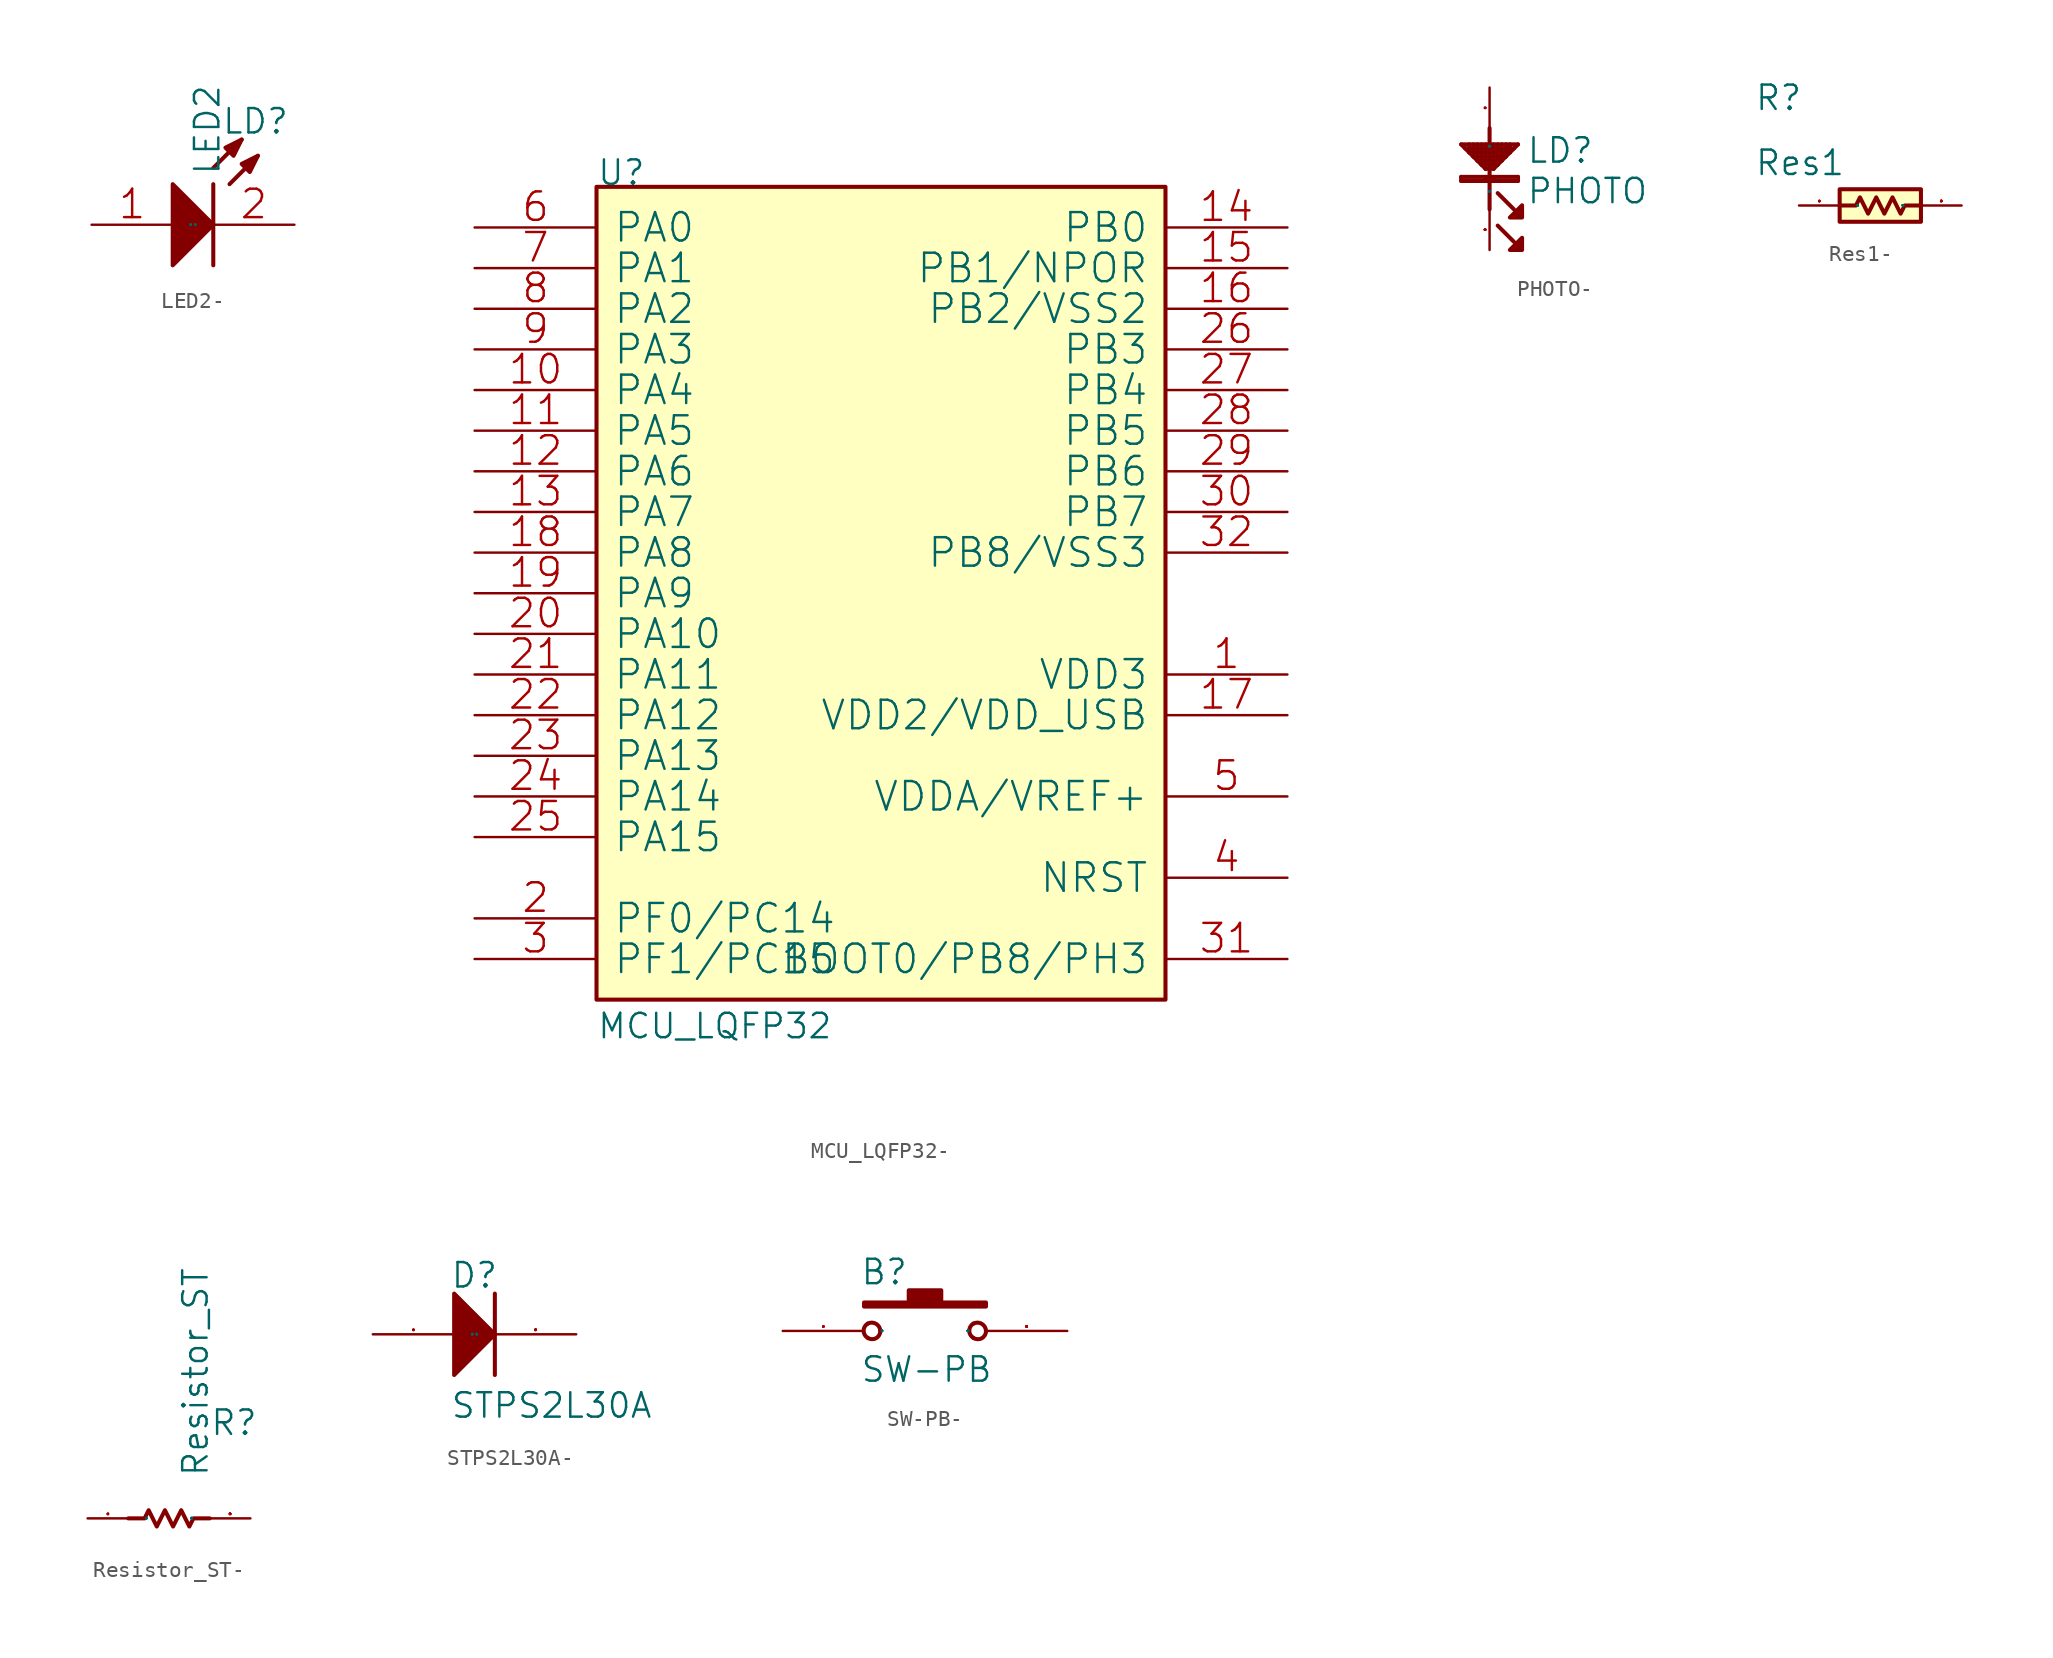
<source format=kicad_sym>
(kicad_symbol_lib
  (version 20220914)
  (generator kicad_symbol_editor)
  (symbol "LED2-"
    (pin_names
      (offset 1.016))
    (property "Reference" "LD"
      (at 3.048 3.048 0)
      (effects (font (size 1.524 1.524)) (justify left bottom)))
    (property "Value" "LED2"
      (at 3.048 0.508 90)
      (effects (font (size 1.524 1.524)) (justify left bottom)))
    (property "Footprint" ""
      (at 0 0 0)
      (effects (font (size 1.524 1.524))))
    (property "Datasheet" ""
      (at 0 0 0)
      (effects (font (size 1.524 1.524))))
    (symbol "LED2-_0_1"
      (polyline (pts (xy 2.54 0) (xy 2.54 -5.08)) (stroke (width 0.254) (type solid)) (fill (type none)))
      (polyline (pts (xy 2.54 1.016) (xy 4.318 2.794)) (stroke (width 0.254) (type solid)) (fill (type none)))
      (polyline (pts (xy 3.556 0) (xy 5.334 1.778)) (stroke (width 0.254) (type solid)) (fill (type none)))
      (polyline (pts (xy 0 -5.08) (xy 2.54 -2.54) (xy 0 0) (xy 0 -5.08)) (stroke (width 0.254) (type solid)) (fill (type outline)))
      (polyline (pts (xy 4.318 2.794) (xy 3.302 2.286) (xy 3.81 1.778) (xy 4.318 2.794)) (stroke (width 0.254) (type solid)) (fill (type outline)))
      (polyline (pts (xy 5.334 1.778) (xy 4.318 1.27) (xy 4.826 0.762) (xy 5.334 1.778)) (stroke (width 0.254) (type solid)) (fill (type outline)))
      (pin passive line (at -5.08 -2.54 0) (length 5.08) (name "A" (effects (font (size 0.025 0.025)))) (number "1" (effects (font (size 1.778 1.778)))))
      (pin passive line (at 7.62 -2.54 180) (length 5.08) (name "K" (effects (font (size 0.025 0.025)))) (number "2" (effects (font (size 1.778 1.778)))))))
  (symbol "MCU_LQFP32-"
    (pin_names
      (offset 1.016))
    (property "Reference" "U"
      (at 0 0 0)
      (effects (font (size 1.524 1.524)) (justify left bottom)))
    (property "Value" "MCU_LQFP32"
      (at 0 -53.34 0)
      (effects (font (size 1.524 1.524)) (justify left bottom)))
    (property "Footprint" ""
      (at 0 0 0)
      (effects (font (size 1.524 1.524))))
    (property "Datasheet" ""
      (at 0 0 0)
      (effects (font (size 1.524 1.524))))
    (symbol "MCU_LQFP32-_0_1"
      (rectangle (start 0 -50.8) (end 35.56 0) (stroke (width 0.254) (type solid)) (fill (type background)))
      (pin passive line (at 43.18 -30.48 180) (length 7.62) (name "VDD3" (effects (font (size 1.778 1.778)))) (number "1" (effects (font (size 1.778 1.778)))))
      (pin passive line (at -7.62 -12.7 0) (length 7.62) (name "PA4" (effects (font (size 1.778 1.778)))) (number "10" (effects (font (size 1.778 1.778)))))
      (pin passive line (at -7.62 -15.24 0) (length 7.62) (name "PA5" (effects (font (size 1.778 1.778)))) (number "11" (effects (font (size 1.778 1.778)))))
      (pin passive line (at -7.62 -17.78 0) (length 7.62) (name "PA6" (effects (font (size 1.778 1.778)))) (number "12" (effects (font (size 1.778 1.778)))))
      (pin passive line (at -7.62 -20.32 0) (length 7.62) (name "PA7" (effects (font (size 1.778 1.778)))) (number "13" (effects (font (size 1.778 1.778)))))
      (pin passive line (at 43.18 -2.54 180) (length 7.62) (name "PB0" (effects (font (size 1.778 1.778)))) (number "14" (effects (font (size 1.778 1.778)))))
      (pin passive line (at 43.18 -5.08 180) (length 7.62) (name "PB1/NPOR" (effects (font (size 1.778 1.778)))) (number "15" (effects (font (size 1.778 1.778)))))
      (pin passive line (at 43.18 -7.62 180) (length 7.62) (name "PB2/VSS2" (effects (font (size 1.778 1.778)))) (number "16" (effects (font (size 1.778 1.778)))))
      (pin passive line (at 43.18 -33.02 180) (length 7.62) (name "VDD2/VDD_USB" (effects (font (size 1.778 1.778)))) (number "17" (effects (font (size 1.778 1.778)))))
      (pin passive line (at -7.62 -22.86 0) (length 7.62) (name "PA8" (effects (font (size 1.778 1.778)))) (number "18" (effects (font (size 1.778 1.778)))))
      (pin passive line (at -7.62 -25.4 0) (length 7.62) (name "PA9" (effects (font (size 1.778 1.778)))) (number "19" (effects (font (size 1.778 1.778)))))
      (pin passive line (at -7.62 -45.72 0) (length 7.62) (name "PF0/PC14" (effects (font (size 1.778 1.778)))) (number "2" (effects (font (size 1.778 1.778)))))
      (pin passive line (at -7.62 -27.94 0) (length 7.62) (name "PA10" (effects (font (size 1.778 1.778)))) (number "20" (effects (font (size 1.778 1.778)))))
      (pin passive line (at -7.62 -30.48 0) (length 7.62) (name "PA11" (effects (font (size 1.778 1.778)))) (number "21" (effects (font (size 1.778 1.778)))))
      (pin passive line (at -7.62 -33.02 0) (length 7.62) (name "PA12" (effects (font (size 1.778 1.778)))) (number "22" (effects (font (size 1.778 1.778)))))
      (pin passive line (at -7.62 -35.56 0) (length 7.62) (name "PA13" (effects (font (size 1.778 1.778)))) (number "23" (effects (font (size 1.778 1.778)))))
      (pin passive line (at -7.62 -38.1 0) (length 7.62) (name "PA14" (effects (font (size 1.778 1.778)))) (number "24" (effects (font (size 1.778 1.778)))))
      (pin passive line (at -7.62 -40.64 0) (length 7.62) (name "PA15" (effects (font (size 1.778 1.778)))) (number "25" (effects (font (size 1.778 1.778)))))
      (pin passive line (at 43.18 -10.16 180) (length 7.62) (name "PB3" (effects (font (size 1.778 1.778)))) (number "26" (effects (font (size 1.778 1.778)))))
      (pin passive line (at 43.18 -12.7 180) (length 7.62) (name "PB4" (effects (font (size 1.778 1.778)))) (number "27" (effects (font (size 1.778 1.778)))))
      (pin passive line (at 43.18 -15.24 180) (length 7.62) (name "PB5" (effects (font (size 1.778 1.778)))) (number "28" (effects (font (size 1.778 1.778)))))
      (pin passive line (at 43.18 -17.78 180) (length 7.62) (name "PB6" (effects (font (size 1.778 1.778)))) (number "29" (effects (font (size 1.778 1.778)))))
      (pin passive line (at -7.62 -48.26 0) (length 7.62) (name "PF1/PC15" (effects (font (size 1.778 1.778)))) (number "3" (effects (font (size 1.778 1.778)))))
      (pin passive line (at 43.18 -20.32 180) (length 7.62) (name "PB7" (effects (font (size 1.778 1.778)))) (number "30" (effects (font (size 1.778 1.778)))))
      (pin passive line (at 43.18 -48.26 180) (length 7.62) (name "BOOT0/PB8/PH3" (effects (font (size 1.778 1.778)))) (number "31" (effects (font (size 1.778 1.778)))))
      (pin passive line (at 43.18 -22.86 180) (length 7.62) (name "PB8/VSS3" (effects (font (size 1.778 1.778)))) (number "32" (effects (font (size 1.778 1.778)))))
      (pin passive line (at 43.18 -43.18 180) (length 7.62) (name "NRST" (effects (font (size 1.778 1.778)))) (number "4" (effects (font (size 1.778 1.778)))))
      (pin passive line (at 43.18 -38.1 180) (length 7.62) (name "VDDA/VREF+" (effects (font (size 1.778 1.778)))) (number "5" (effects (font (size 1.778 1.778)))))
      (pin passive line (at -7.62 -2.54 0) (length 7.62) (name "PA0" (effects (font (size 1.778 1.778)))) (number "6" (effects (font (size 1.778 1.778)))))
      (pin passive line (at -7.62 -5.08 0) (length 7.62) (name "PA1" (effects (font (size 1.778 1.778)))) (number "7" (effects (font (size 1.778 1.778)))))
      (pin passive line (at -7.62 -7.62 0) (length 7.62) (name "PA2" (effects (font (size 1.778 1.778)))) (number "8" (effects (font (size 1.778 1.778)))))
      (pin passive line (at -7.62 -10.16 0) (length 7.62) (name "PA3" (effects (font (size 1.778 1.778)))) (number "9" (effects (font (size 1.778 1.778)))))))
  (symbol "PHOTO-"
    (pin_names
      (offset 1.016))
    (property "Reference" "LD"
      (at 2.286 -4.826 0)
      (effects (font (size 1.524 1.524)) (justify left bottom)))
    (property "Value" "PHOTO"
      (at 2.286 -7.366 0)
      (effects (font (size 1.524 1.524)) (justify left bottom)))
    (property "Footprint" ""
      (at 0 0 0)
      (effects (font (size 1.524 1.524))))
    (property "Datasheet" ""
      (at 0 0 0)
      (effects (font (size 1.524 1.524))))
    (symbol "PHOTO-_0_1"
      (polyline (pts (xy -1.778 -5.588) (xy -1.778 -5.842)) (stroke (width 0.254) (type solid)) (fill (type none)))
      (polyline (pts (xy -1.27 -3.556) (xy -1.27 -4.064)) (stroke (width 0.254) (type solid)) (fill (type none)))
      (polyline (pts (xy -1.016 -3.556) (xy -1.016 -4.318)) (stroke (width 0.254) (type solid)) (fill (type none)))
      (polyline (pts (xy -0.762 -3.556) (xy -0.762 -4.572)) (stroke (width 0.254) (type solid)) (fill (type none)))
      (polyline (pts (xy -0.508 -3.556) (xy -0.508 -4.826)) (stroke (width 0.254) (type solid)) (fill (type none)))
      (polyline (pts (xy -0.254 -5.588) (xy -0.254 -5.842)) (stroke (width 0.254) (type solid)) (fill (type none)))
      (polyline (pts (xy -0.254 -5.08) (xy -1.778 -3.556)) (stroke (width 0.254) (type solid)) (fill (type none)))
      (polyline (pts (xy -0.254 -3.556) (xy -0.254 -5.08)) (stroke (width 0.254) (type solid)) (fill (type none)))
      (polyline (pts (xy 0 -2.54) (xy 0 -7.62)) (stroke (width 0.254) (type solid)) (fill (type none)))
      (polyline (pts (xy 0.254 -5.588) (xy 0.254 -5.842)) (stroke (width 0.254) (type solid)) (fill (type none)))
      (polyline (pts (xy 0.254 -5.08) (xy -0.254 -5.08)) (stroke (width 0.254) (type solid)) (fill (type none)))
      (polyline (pts (xy 0.254 -3.556) (xy 0.254 -5.08)) (stroke (width 0.254) (type solid)) (fill (type none)))
      (polyline (pts (xy 0.508 -8.636) (xy 1.524 -9.652)) (stroke (width 0.254) (type solid)) (fill (type none)))
      (polyline (pts (xy 0.508 -6.604) (xy 1.524 -7.62)) (stroke (width 0.254) (type solid)) (fill (type none)))
      (polyline (pts (xy 0.508 -4.826) (xy -0.508 -4.826)) (stroke (width 0.254) (type solid)) (fill (type none)))
      (polyline (pts (xy 0.508 -3.556) (xy 0.508 -4.826)) (stroke (width 0.254) (type solid)) (fill (type none)))
      (polyline (pts (xy 0.762 -4.572) (xy -0.762 -4.572)) (stroke (width 0.254) (type solid)) (fill (type none)))
      (polyline (pts (xy 0.762 -3.556) (xy 0.762 -4.572)) (stroke (width 0.254) (type solid)) (fill (type none)))
      (polyline (pts (xy 1.016 -4.318) (xy -1.016 -4.318)) (stroke (width 0.254) (type solid)) (fill (type none)))
      (polyline (pts (xy 1.016 -3.556) (xy 1.016 -4.318)) (stroke (width 0.254) (type solid)) (fill (type none)))
      (polyline (pts (xy 1.27 -4.064) (xy -1.27 -4.064)) (stroke (width 0.254) (type solid)) (fill (type none)))
      (polyline (pts (xy 1.27 -3.556) (xy 1.27 -4.064)) (stroke (width 0.254) (type solid)) (fill (type none)))
      (polyline (pts (xy 1.524 -3.81) (xy -1.524 -3.81)) (stroke (width 0.254) (type solid)) (fill (type none)))
      (polyline (pts (xy 1.778 -5.842) (xy -1.778 -5.842)) (stroke (width 0.254) (type solid)) (fill (type none)))
      (polyline (pts (xy 1.778 -5.588) (xy -1.778 -5.588)) (stroke (width 0.254) (type solid)) (fill (type none)))
      (polyline (pts (xy 1.778 -5.588) (xy 1.778 -5.842)) (stroke (width 0.254) (type solid)) (fill (type none)))
      (polyline (pts (xy 1.778 -3.556) (xy -1.778 -3.556)) (stroke (width 0.254) (type solid)) (fill (type none)))
      (polyline (pts (xy 1.778 -3.556) (xy 0.254 -5.08)) (stroke (width 0.254) (type solid)) (fill (type none)))
      (polyline (pts (xy 2.032 -9.398) (xy 2.032 -10.16) (xy 1.27 -10.16) (xy 2.032 -9.398)) (stroke (width 0.254) (type solid)) (fill (type outline)))
      (polyline (pts (xy 2.032 -7.366) (xy 2.032 -8.128) (xy 1.27 -8.128) (xy 2.032 -7.366)) (stroke (width 0.254) (type solid)) (fill (type outline)))
      (pin passive line (at 0 0 270) (length 2.54) (name "P" (effects (font (size 0.025 0.025)))) (number "1" (effects (font (size 0.025 0.025)))))
      (pin passive line (at 0 -10.16 90) (length 2.54) (name "P" (effects (font (size 0.025 0.025)))) (number "2" (effects (font (size 0.025 0.025)))))))
  (symbol "Res1-"
    (pin_names
      (offset 1.016))
    (property "Reference" "R"
      (at -5.334 3.302 0)
      (effects (font (size 1.524 1.524)) (justify left bottom)))
    (property "Value" "Res1"
      (at -5.334 -0.762 0)
      (effects (font (size 1.524 1.524)) (justify left bottom)))
    (property "Footprint" ""
      (at 0 0 0)
      (effects (font (size 1.524 1.524))))
    (property "Datasheet" ""
      (at 0 0 0)
      (effects (font (size 1.524 1.524))))
    (symbol "Res1-_0_1"
      (polyline (pts (xy 5.08 -2.54) (xy 4.064 -2.54) (xy 3.81 -3.048) (xy 3.302 -2.032) (xy 2.794 -3.048) (xy 2.286 -2.032) (xy 1.778 -3.048) (xy 1.27 -2.032) (xy 1.016 -2.54) (xy 0 -2.54)) (stroke (width 0.254) (type solid)) (fill (type none)))
      (rectangle (start 5.08 -1.524) (end 0 -3.556) (stroke (width 0.254) (type solid)) (fill (type background)))
      (pin passive line (at -2.54 -2.54 0) (length 2.54) (name "1" (effects (font (size 0.025 0.025)))) (number "1" (effects (font (size 0.025 0.025)))))
      (pin passive line (at 7.62 -2.54 180) (length 2.54) (name "2" (effects (font (size 0.025 0.025)))) (number "2" (effects (font (size 0.025 0.025)))))))
  (symbol "Resistor_ST-"
    (pin_names
      (offset 1.016))
    (property "Reference" "R"
      (at 5.08 2.54 0)
      (effects (font (size 1.524 1.524)) (justify left bottom)))
    (property "Value" "Resistor_ST"
      (at 5.08 0 90)
      (effects (font (size 1.524 1.524)) (justify left bottom)))
    (property "Footprint" ""
      (at 0 0 0)
      (effects (font (size 1.524 1.524))))
    (property "Datasheet" ""
      (at 0 0 0)
      (effects (font (size 1.524 1.524))))
    (symbol "Resistor_ST-_0_1"
      (polyline (pts (xy 5.08 -2.54) (xy 4.064 -2.54) (xy 3.81 -3.048) (xy 3.302 -2.032) (xy 2.794 -3.048) (xy 2.286 -2.032) (xy 1.778 -3.048) (xy 1.27 -2.032) (xy 1.016 -2.54) (xy 0 -2.54)) (stroke (width 0.254) (type solid)) (fill (type none)))
      (pin passive line (at -2.54 -2.54 0) (length 2.54) (name "1" (effects (font (size 0.025 0.025)))) (number "1" (effects (font (size 0.025 0.025)))))
      (pin passive line (at 7.62 -2.54 180) (length 2.54) (name "2" (effects (font (size 0.025 0.025)))) (number "2" (effects (font (size 0.025 0.025)))))))
  (symbol "STPS2L30A-"
    (pin_names
      (offset 1.016))
    (property "Reference" "D"
      (at -0.254 0.254 0)
      (effects (font (size 1.524 1.524)) (justify left bottom)))
    (property "Value" "STPS2L30A"
      (at -0.254 -7.874 0)
      (effects (font (size 1.524 1.524)) (justify left bottom)))
    (property "Footprint" ""
      (at 0 0 0)
      (effects (font (size 1.524 1.524))))
    (property "Datasheet" ""
      (at 0 0 0)
      (effects (font (size 1.524 1.524))))
    (symbol "STPS2L30A-_0_1"
      (polyline (pts (xy 2.54 0) (xy 2.54 -5.08)) (stroke (width 0.254) (type solid)) (fill (type none)))
      (polyline (pts (xy 0 -5.08) (xy 2.54 -2.54) (xy 0 0) (xy 0 -5.08)) (stroke (width 0.254) (type solid)) (fill (type outline)))
      (pin passive line (at -5.08 -2.54 0) (length 5.08) (name "A" (effects (font (size 0.025 0.025)))) (number "1" (effects (font (size 0.025 0.025)))))
      (pin passive line (at 7.62 -2.54 180) (length 5.08) (name "K" (effects (font (size 0.025 0.025)))) (number "2" (effects (font (size 0.025 0.025)))))))
  (symbol "SW-PB-"
    (pin_names
      (offset 1.016))
    (property "Reference" "B"
      (at -0.254 0.254 0)
      (effects (font (size 1.524 1.524)) (justify left bottom)))
    (property "Value" "SW-PB"
      (at -0.254 -5.842 0)
      (effects (font (size 1.524 1.524)) (justify left bottom)))
    (property "Footprint" ""
      (at 0 0 0)
      (effects (font (size 1.524 1.524))))
    (property "Datasheet" ""
      (at 0 0 0)
      (effects (font (size 1.524 1.524))))
    (symbol "SW-PB-_0_1"
      (polyline (pts (xy 0 -0.762) (xy 0 -1.016) (xy 7.62 -1.016) (xy 7.62 -0.762) (xy 4.826 -0.762) (xy 4.826 0) (xy 2.794 0) (xy 2.794 -0.762) (xy 0 -0.762)) (stroke (width 0.254) (type solid)) (fill (type outline)))
      (pin passive line (at -5.08 -2.54 0) (length 5.08) (name "1" (effects (font (size 0.025 0.025)))) (number "1" (effects (font (size 0.025 0.025)))))
      (pin passive line (at 12.7 -2.54 180) (length 5.08) (name "2" (effects (font (size 0.025 0.025)))) (number "2" (effects (font (size 0.025 0.025))))))
    (symbol "SW-PB-_1_1"
      (arc (start 0.2286 -2.9718) (mid 0.7538 -2.9918) (end 1.016 -2.54) (stroke (width 0.254) (type solid)) (fill (type none)))
      (arc (start 0.2286 -2.0828) (mid -0.0278 -2.5331) (end 0.2286 -2.9718) (stroke (width 0.254) (type solid)) (fill (type none)))
      (arc (start 1.016 -2.54) (mid 0.7565 -2.0969) (end 0.2286 -2.0828) (stroke (width 0.254) (type solid)) (fill (type none)))
      (arc (start 6.8326 -2.9718) (mid 7.3578 -2.9918) (end 7.62 -2.54) (stroke (width 0.254) (type solid)) (fill (type none)))
      (arc (start 6.8326 -2.0828) (mid 6.5762 -2.5331) (end 6.8326 -2.9718) (stroke (width 0.254) (type solid)) (fill (type none)))
      (arc (start 7.62 -2.54) (mid 7.3605 -2.0969) (end 6.8326 -2.0828) (stroke (width 0.254) (type solid)) (fill (type none))))))
</source>
